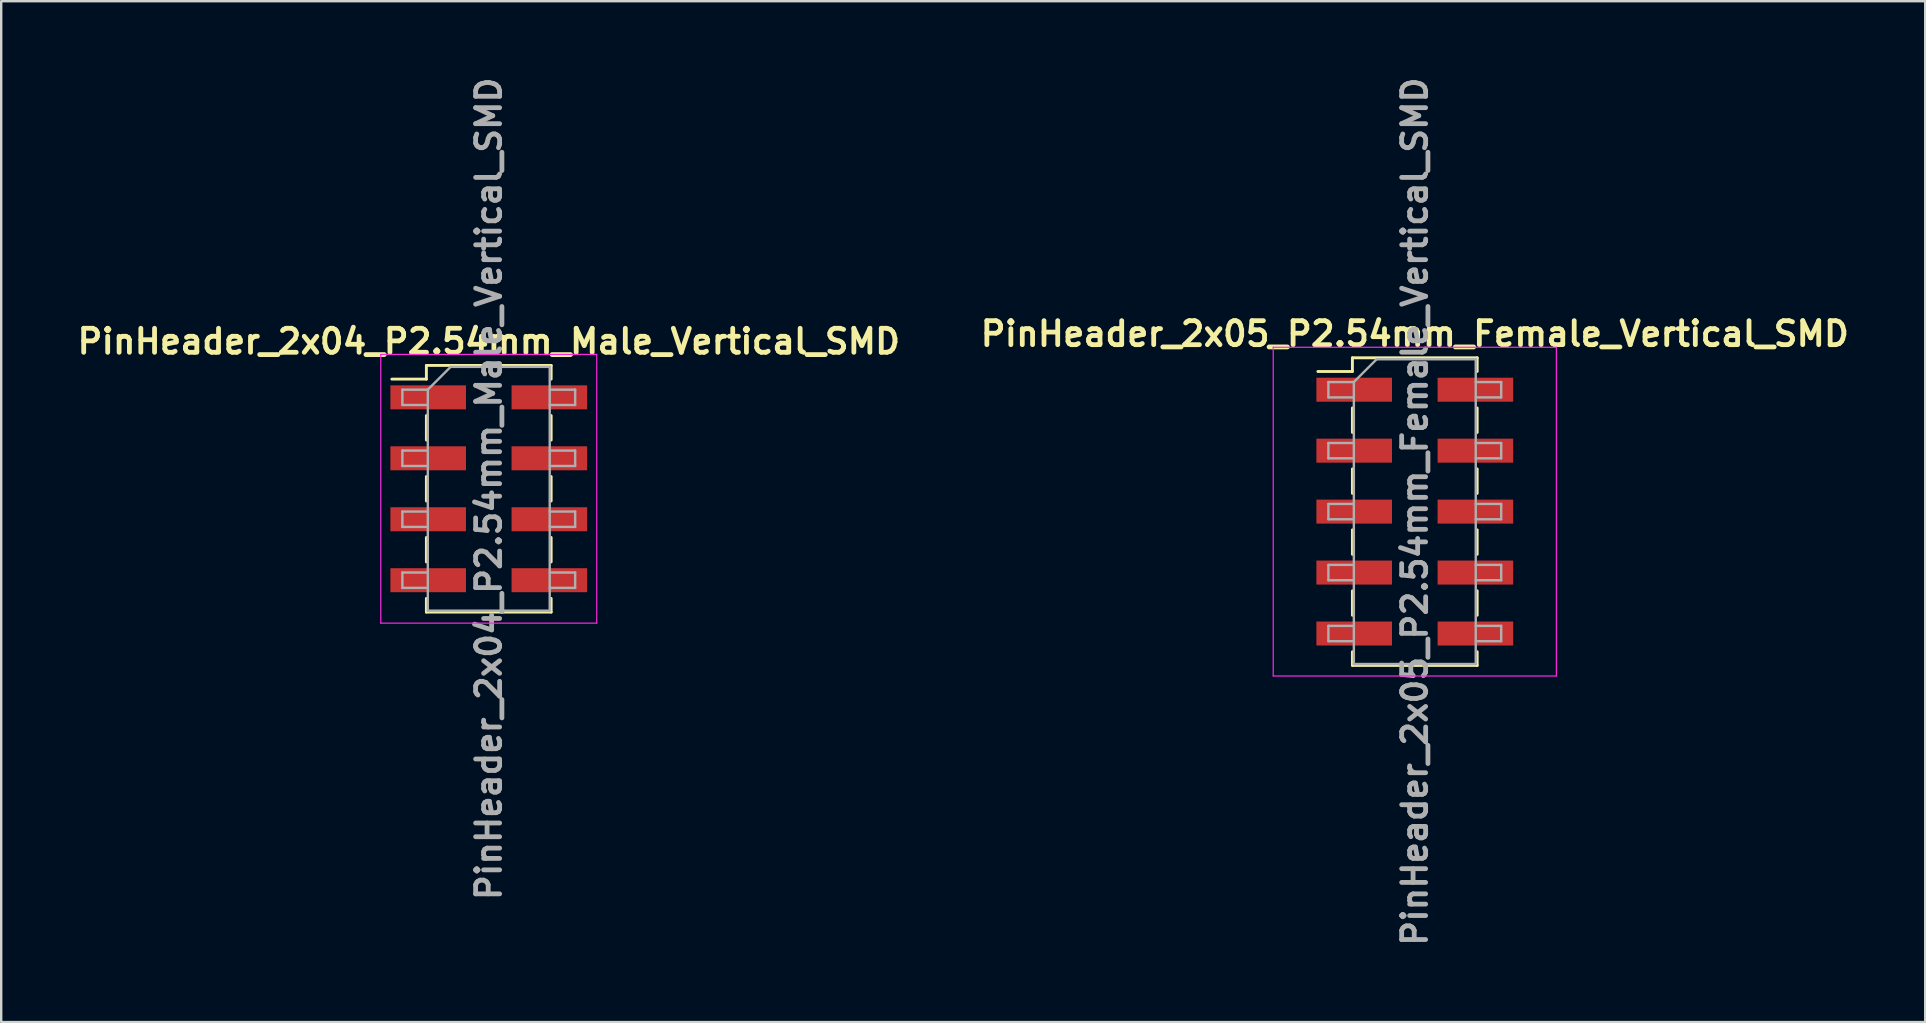
<source format=kicad_pcb>
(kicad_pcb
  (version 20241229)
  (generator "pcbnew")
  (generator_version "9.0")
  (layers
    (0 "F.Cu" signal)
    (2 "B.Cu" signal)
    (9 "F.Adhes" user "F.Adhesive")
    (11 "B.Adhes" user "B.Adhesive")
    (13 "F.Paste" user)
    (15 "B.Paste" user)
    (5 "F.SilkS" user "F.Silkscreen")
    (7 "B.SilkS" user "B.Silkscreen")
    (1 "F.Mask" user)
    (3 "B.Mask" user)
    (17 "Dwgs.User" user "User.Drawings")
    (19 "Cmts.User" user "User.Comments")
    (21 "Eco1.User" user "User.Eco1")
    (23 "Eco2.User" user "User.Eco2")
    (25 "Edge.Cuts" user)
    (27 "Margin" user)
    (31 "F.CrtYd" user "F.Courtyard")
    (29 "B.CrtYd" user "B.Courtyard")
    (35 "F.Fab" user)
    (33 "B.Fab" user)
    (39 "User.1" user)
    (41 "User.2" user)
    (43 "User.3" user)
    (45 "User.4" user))
  (footprint "PinHeader_2x04_P2.54mm_Male_Vertical_SMD"
    (layer "F.Cu")
    (at 17.319 17.319)
    (property "Reference" "PinHeader_2x04_P2.54mm_Male_Vertical_SMD" (at 0 -6.14 0) (layer "F.SilkS") (effects (font (size 1 1) (thickness 0.2))))
    (attr smd)
    (fp_line (start -4.04 -4.57) (end -2.6 -4.57) (stroke (width 0.12) (type solid)) (layer "F.SilkS"))
    (fp_line (start -2.6 -5.14) (end -2.6 -4.57) (stroke (width 0.12) (type solid)) (layer "F.SilkS"))
    (fp_line (start -2.6 -5.14) (end 2.6 -5.14) (stroke (width 0.12) (type solid)) (layer "F.SilkS"))
    (fp_line (start -2.6 -3.05) (end -2.6 -2.03) (stroke (width 0.12) (type solid)) (layer "F.SilkS"))
    (fp_line (start -2.6 -0.51) (end -2.6 0.51) (stroke (width 0.12) (type solid)) (layer "F.SilkS"))
    (fp_line (start -2.6 2.03) (end -2.6 3.05) (stroke (width 0.12) (type solid)) (layer "F.SilkS"))
    (fp_line (start -2.6 4.57) (end -2.6 5.14) (stroke (width 0.12) (type solid)) (layer "F.SilkS"))
    (fp_line (start -2.6 5.14) (end 2.6 5.14) (stroke (width 0.12) (type solid)) (layer "F.SilkS"))
    (fp_line (start 2.6 -5.14) (end 2.6 -4.57) (stroke (width 0.12) (type solid)) (layer "F.SilkS"))
    (fp_line (start 2.6 -3.05) (end 2.6 -2.03) (stroke (width 0.12) (type solid)) (layer "F.SilkS"))
    (fp_line (start 2.6 -0.51) (end 2.6 0.51) (stroke (width 0.12) (type solid)) (layer "F.SilkS"))
    (fp_line (start 2.6 2.03) (end 2.6 3.05) (stroke (width 0.12) (type solid)) (layer "F.SilkS"))
    (fp_line (start 2.6 4.57) (end 2.6 5.14) (stroke (width 0.12) (type solid)) (layer "F.SilkS"))
    (fp_line (start -4.5 -5.6) (end -4.5 5.6) (stroke (width 0.05) (type solid)) (layer "F.CrtYd"))
    (fp_line (start -4.5 5.6) (end 4.5 5.6) (stroke (width 0.05) (type solid)) (layer "F.CrtYd"))
    (fp_line (start 4.5 -5.6) (end -4.5 -5.6) (stroke (width 0.05) (type solid)) (layer "F.CrtYd"))
    (fp_line (start 4.5 5.6) (end 4.5 -5.6) (stroke (width 0.05) (type solid)) (layer "F.CrtYd"))
    (fp_line (start -3.6 -4.13) (end -3.6 -3.49) (stroke (width 0.1) (type solid)) (layer "F.Fab"))
    (fp_line (start -3.6 -3.49) (end -2.54 -3.49) (stroke (width 0.1) (type solid)) (layer "F.Fab"))
    (fp_line (start -3.6 -1.59) (end -3.6 -0.95) (stroke (width 0.1) (type solid)) (layer "F.Fab"))
    (fp_line (start -3.6 -0.95) (end -2.54 -0.95) (stroke (width 0.1) (type solid)) (layer "F.Fab"))
    (fp_line (start -3.6 0.95) (end -3.6 1.59) (stroke (width 0.1) (type solid)) (layer "F.Fab"))
    (fp_line (start -3.6 1.59) (end -2.54 1.59) (stroke (width 0.1) (type solid)) (layer "F.Fab"))
    (fp_line (start -3.6 3.49) (end -3.6 4.13) (stroke (width 0.1) (type solid)) (layer "F.Fab"))
    (fp_line (start -3.6 4.13) (end -2.54 4.13) (stroke (width 0.1) (type solid)) (layer "F.Fab"))
    (fp_line (start -2.54 -4.13) (end -3.6 -4.13) (stroke (width 0.1) (type solid)) (layer "F.Fab"))
    (fp_line (start -2.54 -4.13) (end -1.59 -5.08) (stroke (width 0.1) (type solid)) (layer "F.Fab"))
    (fp_line (start -2.54 -1.59) (end -3.6 -1.59) (stroke (width 0.1) (type solid)) (layer "F.Fab"))
    (fp_line (start -2.54 0.95) (end -3.6 0.95) (stroke (width 0.1) (type solid)) (layer "F.Fab"))
    (fp_line (start -2.54 3.49) (end -3.6 3.49) (stroke (width 0.1) (type solid)) (layer "F.Fab"))
    (fp_line (start -2.54 5.08) (end -2.54 -4.13) (stroke (width 0.1) (type solid)) (layer "F.Fab"))
    (fp_line (start -1.59 -5.08) (end 2.54 -5.08) (stroke (width 0.1) (type solid)) (layer "F.Fab"))
    (fp_line (start 2.54 -5.08) (end 2.54 5.08) (stroke (width 0.1) (type solid)) (layer "F.Fab"))
    (fp_line (start 2.54 -4.13) (end 3.6 -4.13) (stroke (width 0.1) (type solid)) (layer "F.Fab"))
    (fp_line (start 2.54 -1.59) (end 3.6 -1.59) (stroke (width 0.1) (type solid)) (layer "F.Fab"))
    (fp_line (start 2.54 0.95) (end 3.6 0.95) (stroke (width 0.1) (type solid)) (layer "F.Fab"))
    (fp_line (start 2.54 3.49) (end 3.6 3.49) (stroke (width 0.1) (type solid)) (layer "F.Fab"))
    (fp_line (start 2.54 5.08) (end -2.54 5.08) (stroke (width 0.1) (type solid)) (layer "F.Fab"))
    (fp_line (start 3.6 -4.13) (end 3.6 -3.49) (stroke (width 0.1) (type solid)) (layer "F.Fab"))
    (fp_line (start 3.6 -3.49) (end 2.54 -3.49) (stroke (width 0.1) (type solid)) (layer "F.Fab"))
    (fp_line (start 3.6 -1.59) (end 3.6 -0.95) (stroke (width 0.1) (type solid)) (layer "F.Fab"))
    (fp_line (start 3.6 -0.95) (end 2.54 -0.95) (stroke (width 0.1) (type solid)) (layer "F.Fab"))
    (fp_line (start 3.6 0.95) (end 3.6 1.59) (stroke (width 0.1) (type solid)) (layer "F.Fab"))
    (fp_line (start 3.6 1.59) (end 2.54 1.59) (stroke (width 0.1) (type solid)) (layer "F.Fab"))
    (fp_line (start 3.6 3.49) (end 3.6 4.13) (stroke (width 0.1) (type solid)) (layer "F.Fab"))
    (fp_line (start 3.6 4.13) (end 2.54 4.13) (stroke (width 0.1) (type solid)) (layer "F.Fab"))
    (fp_text user "${REFERENCE}" (at 0 0 90) (layer "F.Fab") (effects (font (size 1 1) (thickness 0.2))))
    (pad "1" smd rect (at -2.525 -3.81) (size 3.15 1) (layers "F.Cu" "F.Mask" "F.Paste"))
    (pad "2" smd rect (at 2.525 -3.81) (size 3.15 1) (layers "F.Cu" "F.Mask" "F.Paste"))
    (pad "3" smd rect (at -2.525 -1.27) (size 3.15 1) (layers "F.Cu" "F.Mask" "F.Paste"))
    (pad "4" smd rect (at 2.525 -1.27) (size 3.15 1) (layers "F.Cu" "F.Mask" "F.Paste"))
    (pad "5" smd rect (at -2.525 1.27) (size 3.15 1) (layers "F.Cu" "F.Mask" "F.Paste"))
    (pad "6" smd rect (at 2.525 1.27) (size 3.15 1) (layers "F.Cu" "F.Mask" "F.Paste"))
    (pad "7" smd rect (at -2.525 3.81) (size 3.15 1) (layers "F.Cu" "F.Mask" "F.Paste"))
    (pad "8" smd rect (at 2.525 3.81) (size 3.15 1) (layers "F.Cu" "F.Mask" "F.Paste")))
  (footprint "PinHeader_2x05_P2.54mm_Female_Vertical_SMD"
    (layer "F.Cu")
    (at 55.91 18.271)
    (property "Reference" "PinHeader_2x05_P2.54mm_Female_Vertical_SMD" (at 0 -7.41 0) (layer "F.SilkS") (effects (font (size 1 1) (thickness 0.2))))
    (attr smd)
    (fp_line (start -4.04 -5.84) (end -2.6 -5.84) (stroke (width 0.12) (type solid)) (layer "F.SilkS"))
    (fp_line (start -2.6 -6.41) (end -2.6 -5.84) (stroke (width 0.12) (type solid)) (layer "F.SilkS"))
    (fp_line (start -2.6 -6.41) (end 2.6 -6.41) (stroke (width 0.12) (type solid)) (layer "F.SilkS"))
    (fp_line (start -2.6 -4.32) (end -2.6 -3.3) (stroke (width 0.12) (type solid)) (layer "F.SilkS"))
    (fp_line (start -2.6 -1.78) (end -2.6 -0.76) (stroke (width 0.12) (type solid)) (layer "F.SilkS"))
    (fp_line (start -2.6 0.76) (end -2.6 1.78) (stroke (width 0.12) (type solid)) (layer "F.SilkS"))
    (fp_line (start -2.6 3.3) (end -2.6 4.32) (stroke (width 0.12) (type solid)) (layer "F.SilkS"))
    (fp_line (start -2.6 5.84) (end -2.6 6.41) (stroke (width 0.12) (type solid)) (layer "F.SilkS"))
    (fp_line (start -2.6 6.41) (end 2.6 6.41) (stroke (width 0.12) (type solid)) (layer "F.SilkS"))
    (fp_line (start 2.6 -6.41) (end 2.6 -5.84) (stroke (width 0.12) (type solid)) (layer "F.SilkS"))
    (fp_line (start 2.6 -4.32) (end 2.6 -3.3) (stroke (width 0.12) (type solid)) (layer "F.SilkS"))
    (fp_line (start 2.6 -1.78) (end 2.6 -0.76) (stroke (width 0.12) (type solid)) (layer "F.SilkS"))
    (fp_line (start 2.6 0.76) (end 2.6 1.78) (stroke (width 0.12) (type solid)) (layer "F.SilkS"))
    (fp_line (start 2.6 3.3) (end 2.6 4.32) (stroke (width 0.12) (type solid)) (layer "F.SilkS"))
    (fp_line (start 2.6 5.84) (end 2.6 6.41) (stroke (width 0.12) (type solid)) (layer "F.SilkS"))
    (fp_line (start -5.9 -6.85) (end -5.9 6.85) (stroke (width 0.05) (type solid)) (layer "F.CrtYd"))
    (fp_line (start -5.9 6.85) (end 5.9 6.85) (stroke (width 0.05) (type solid)) (layer "F.CrtYd"))
    (fp_line (start 5.9 -6.85) (end -5.9 -6.85) (stroke (width 0.05) (type solid)) (layer "F.CrtYd"))
    (fp_line (start 5.9 6.85) (end 5.9 -6.85) (stroke (width 0.05) (type solid)) (layer "F.CrtYd"))
    (fp_line (start -3.6 -5.4) (end -3.6 -4.76) (stroke (width 0.1) (type solid)) (layer "F.Fab"))
    (fp_line (start -3.6 -4.76) (end -2.54 -4.76) (stroke (width 0.1) (type solid)) (layer "F.Fab"))
    (fp_line (start -3.6 -2.86) (end -3.6 -2.22) (stroke (width 0.1) (type solid)) (layer "F.Fab"))
    (fp_line (start -3.6 -2.22) (end -2.54 -2.22) (stroke (width 0.1) (type solid)) (layer "F.Fab"))
    (fp_line (start -3.6 -0.32) (end -3.6 0.32) (stroke (width 0.1) (type solid)) (layer "F.Fab"))
    (fp_line (start -3.6 0.32) (end -2.54 0.32) (stroke (width 0.1) (type solid)) (layer "F.Fab"))
    (fp_line (start -3.6 2.22) (end -3.6 2.86) (stroke (width 0.1) (type solid)) (layer "F.Fab"))
    (fp_line (start -3.6 2.86) (end -2.54 2.86) (stroke (width 0.1) (type solid)) (layer "F.Fab"))
    (fp_line (start -3.6 4.76) (end -3.6 5.4) (stroke (width 0.1) (type solid)) (layer "F.Fab"))
    (fp_line (start -3.6 5.4) (end -2.54 5.4) (stroke (width 0.1) (type solid)) (layer "F.Fab"))
    (fp_line (start -2.54 -5.4) (end -3.6 -5.4) (stroke (width 0.1) (type solid)) (layer "F.Fab"))
    (fp_line (start -2.54 -5.4) (end -1.59 -6.35) (stroke (width 0.1) (type solid)) (layer "F.Fab"))
    (fp_line (start -2.54 -2.86) (end -3.6 -2.86) (stroke (width 0.1) (type solid)) (layer "F.Fab"))
    (fp_line (start -2.54 -0.32) (end -3.6 -0.32) (stroke (width 0.1) (type solid)) (layer "F.Fab"))
    (fp_line (start -2.54 2.22) (end -3.6 2.22) (stroke (width 0.1) (type solid)) (layer "F.Fab"))
    (fp_line (start -2.54 4.76) (end -3.6 4.76) (stroke (width 0.1) (type solid)) (layer "F.Fab"))
    (fp_line (start -2.54 6.35) (end -2.54 -5.4) (stroke (width 0.1) (type solid)) (layer "F.Fab"))
    (fp_line (start -1.59 -6.35) (end 2.54 -6.35) (stroke (width 0.1) (type solid)) (layer "F.Fab"))
    (fp_line (start 2.54 -6.35) (end 2.54 6.35) (stroke (width 0.1) (type solid)) (layer "F.Fab"))
    (fp_line (start 2.54 -5.4) (end 3.6 -5.4) (stroke (width 0.1) (type solid)) (layer "F.Fab"))
    (fp_line (start 2.54 -2.86) (end 3.6 -2.86) (stroke (width 0.1) (type solid)) (layer "F.Fab"))
    (fp_line (start 2.54 -0.32) (end 3.6 -0.32) (stroke (width 0.1) (type solid)) (layer "F.Fab"))
    (fp_line (start 2.54 2.22) (end 3.6 2.22) (stroke (width 0.1) (type solid)) (layer "F.Fab"))
    (fp_line (start 2.54 4.76) (end 3.6 4.76) (stroke (width 0.1) (type solid)) (layer "F.Fab"))
    (fp_line (start 2.54 6.35) (end -2.54 6.35) (stroke (width 0.1) (type solid)) (layer "F.Fab"))
    (fp_line (start 3.6 -5.4) (end 3.6 -4.76) (stroke (width 0.1) (type solid)) (layer "F.Fab"))
    (fp_line (start 3.6 -4.76) (end 2.54 -4.76) (stroke (width 0.1) (type solid)) (layer "F.Fab"))
    (fp_line (start 3.6 -2.86) (end 3.6 -2.22) (stroke (width 0.1) (type solid)) (layer "F.Fab"))
    (fp_line (start 3.6 -2.22) (end 2.54 -2.22) (stroke (width 0.1) (type solid)) (layer "F.Fab"))
    (fp_line (start 3.6 -0.32) (end 3.6 0.32) (stroke (width 0.1) (type solid)) (layer "F.Fab"))
    (fp_line (start 3.6 0.32) (end 2.54 0.32) (stroke (width 0.1) (type solid)) (layer "F.Fab"))
    (fp_line (start 3.6 2.22) (end 3.6 2.86) (stroke (width 0.1) (type solid)) (layer "F.Fab"))
    (fp_line (start 3.6 2.86) (end 2.54 2.86) (stroke (width 0.1) (type solid)) (layer "F.Fab"))
    (fp_line (start 3.6 4.76) (end 3.6 5.4) (stroke (width 0.1) (type solid)) (layer "F.Fab"))
    (fp_line (start 3.6 5.4) (end 2.54 5.4) (stroke (width 0.1) (type solid)) (layer "F.Fab"))
    (fp_text user "${REFERENCE}" (at 0 0 90) (layer "F.Fab") (effects (font (size 1 1) (thickness 0.2))))
    (pad "1" smd rect (at -2.525 -5.08) (size 3.15 1) (layers "F.Cu" "F.Mask" "F.Paste"))
    (pad "2" smd rect (at 2.525 -5.08) (size 3.15 1) (layers "F.Cu" "F.Mask" "F.Paste"))
    (pad "3" smd rect (at -2.525 -2.54) (size 3.15 1) (layers "F.Cu" "F.Mask" "F.Paste"))
    (pad "4" smd rect (at 2.525 -2.54) (size 3.15 1) (layers "F.Cu" "F.Mask" "F.Paste"))
    (pad "5" smd rect (at -2.525 0) (size 3.15 1) (layers "F.Cu" "F.Mask" "F.Paste"))
    (pad "6" smd rect (at 2.525 0) (size 3.15 1) (layers "F.Cu" "F.Mask" "F.Paste"))
    (pad "7" smd rect (at -2.525 2.54) (size 3.15 1) (layers "F.Cu" "F.Mask" "F.Paste"))
    (pad "8" smd rect (at 2.525 2.54) (size 3.15 1) (layers "F.Cu" "F.Mask" "F.Paste"))
    (pad "9" smd rect (at -2.525 5.08) (size 3.15 1) (layers "F.Cu" "F.Mask" "F.Paste"))
    (pad "10" smd rect (at 2.525 5.08) (size 3.15 1) (layers "F.Cu" "F.Mask" "F.Paste")))
  (gr_rect
    (start -3 -3)
    (end 77.181 39.543)
    (stroke (width 0.1) (type default))
    (fill no)
    (layer "Edge.Cuts")))
</source>
